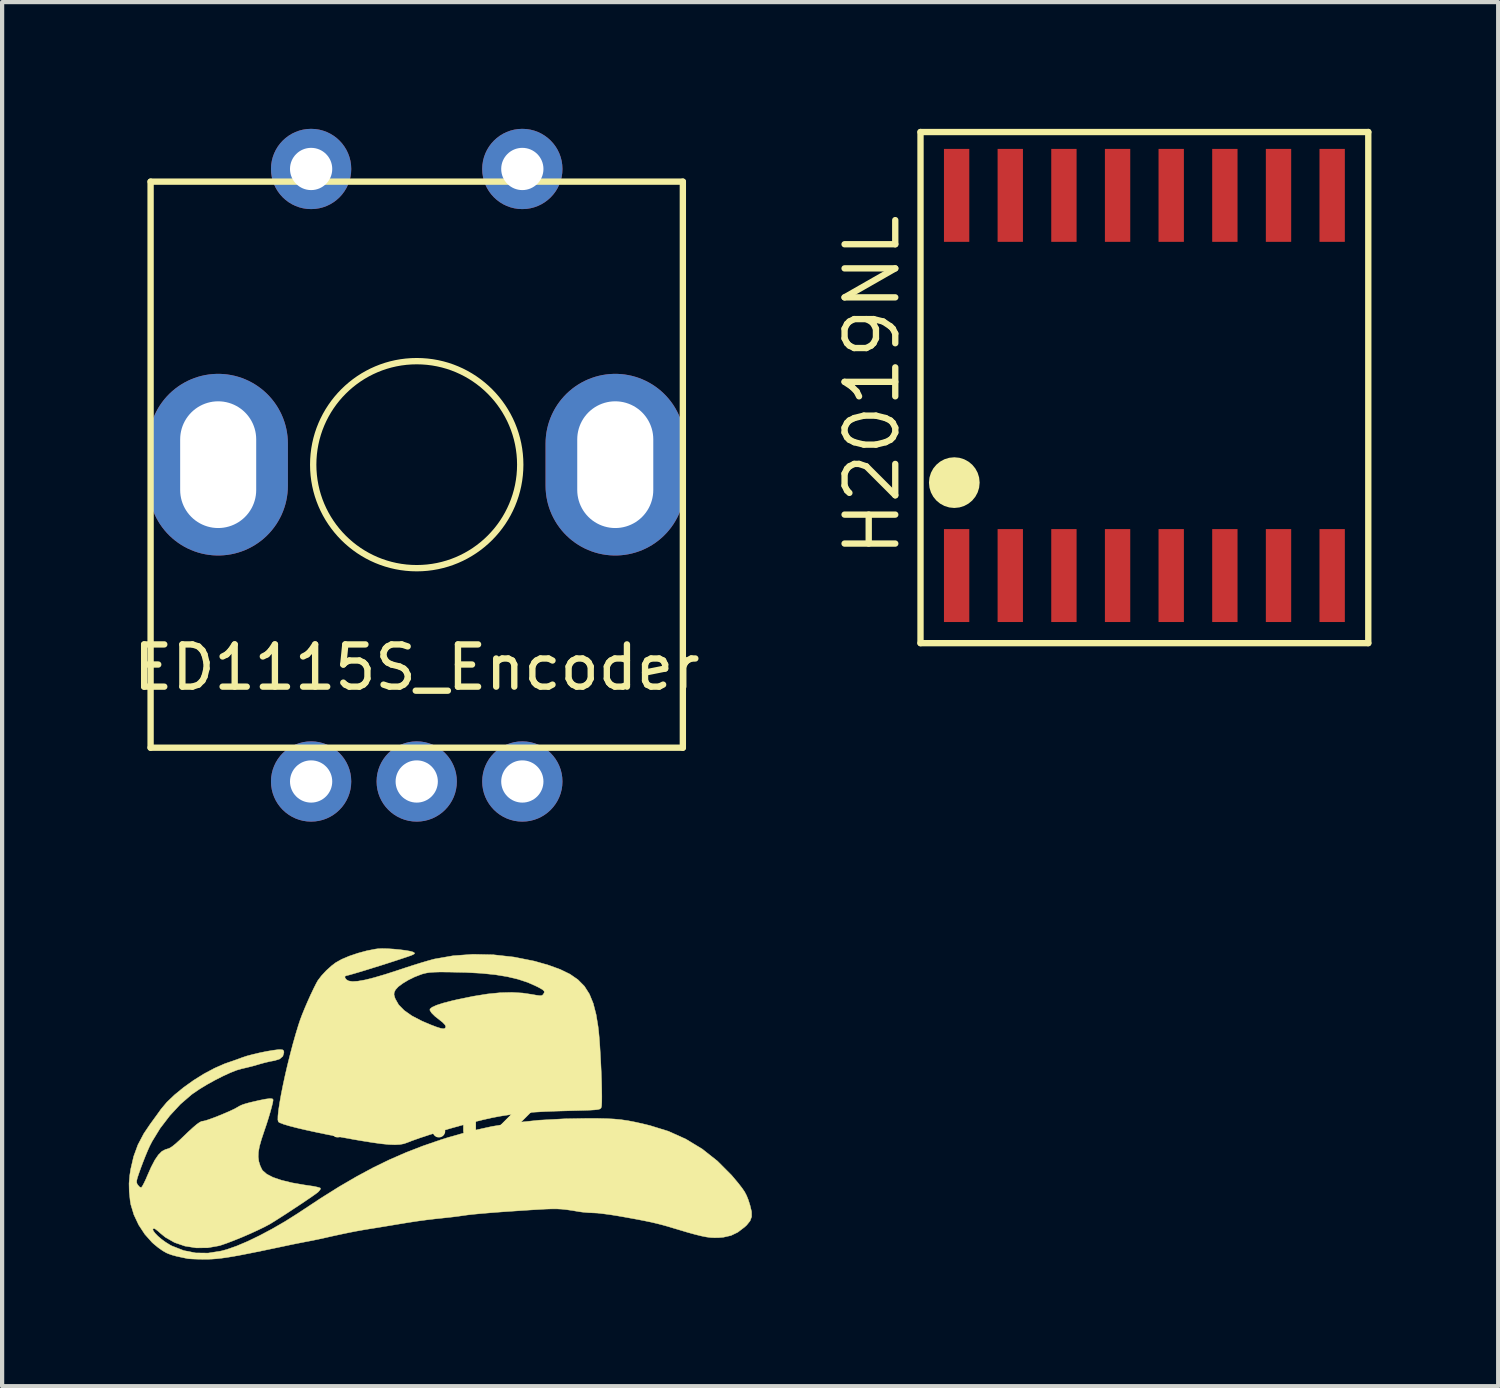
<source format=kicad_pcb>
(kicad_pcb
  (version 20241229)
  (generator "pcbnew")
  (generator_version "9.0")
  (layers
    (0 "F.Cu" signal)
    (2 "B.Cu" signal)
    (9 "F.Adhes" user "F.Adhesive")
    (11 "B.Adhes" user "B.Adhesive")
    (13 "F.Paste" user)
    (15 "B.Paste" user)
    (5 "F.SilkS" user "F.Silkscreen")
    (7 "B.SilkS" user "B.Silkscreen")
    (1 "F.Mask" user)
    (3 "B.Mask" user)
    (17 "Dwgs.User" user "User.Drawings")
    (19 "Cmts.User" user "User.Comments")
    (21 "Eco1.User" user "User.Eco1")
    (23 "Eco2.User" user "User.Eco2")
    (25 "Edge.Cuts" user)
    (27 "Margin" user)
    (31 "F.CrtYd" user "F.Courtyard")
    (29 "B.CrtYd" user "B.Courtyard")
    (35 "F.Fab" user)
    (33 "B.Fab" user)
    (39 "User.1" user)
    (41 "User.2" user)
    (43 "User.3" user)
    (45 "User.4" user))
  (footprint "ED1115S_Encoder"
    (layer "F.Cu")
    (at 6.815 7.95)
    (property "Reference" "ED1115S_Encoder" (at 0 4.8 0) (layer "F.SilkS") (effects (font (size 1 1) (thickness 0.15))))
    (attr through_hole)
    (fp_line (start -6.3 -6.7) (end -6.3 6.7) (stroke (width 0.15) (type solid)) (layer "F.SilkS"))
    (fp_line (start -6.3 6.7) (end 6.3 6.7) (stroke (width 0.15) (type solid)) (layer "F.SilkS"))
    (fp_line (start 6.3 -6.7) (end -6.3 -6.7) (stroke (width 0.15) (type solid)) (layer "F.SilkS"))
    (fp_line (start 6.3 6.7) (end 6.3 -6.7) (stroke (width 0.15) (type solid)) (layer "F.SilkS"))
    (fp_circle (center 0 0) (end 2.45 -0.05) (stroke (width 0.15) (type solid)) (fill no) (layer "F.SilkS"))
    (pad "1" thru_hole circle (at -2.5 -7) (size 1.9 1.9) (drill 1) (layers "*.Cu" "*.Mask"))
    (pad "2" thru_hole circle (at 2.5 -7) (size 1.9 1.9) (drill 1) (layers "*.Cu" "*.Mask"))
    (pad "6" thru_hole oval (at -4.7 0) (size 3.3 4.3) (drill oval 1.8 3) (layers "*.Cu" "*.Mask"))
    (pad "7" thru_hole oval (at 4.7 0) (size 3.3 4.3) (drill oval 1.8 3) (layers "*.Cu" "*.Mask"))
    (pad "A" thru_hole circle (at -2.5 7.5) (size 1.9 1.9) (drill 1) (layers "*.Cu" "*.Mask"))
    (pad "B" thru_hole circle (at 2.5 7.5) (size 1.9 1.9) (drill 1) (layers "*.Cu" "*.Mask"))
    (pad "C" thru_hole circle (at 0 7.5) (size 1.9 1.9) (drill 1) (layers "*.Cu" "*.Mask")))
  (footprint "H2019NL"
    (layer "F.Cu")
    (at 24.041 6.075)
    (property "Reference" "H2019NL" (at -6.445 0 90) (layer "F.SilkS") (effects (font (size 1.2 1.2) (thickness 0.15))))
    (attr through_hole)
    (fp_line (start -5.3 -6) (end -5.3 6.1) (stroke (width 0.15) (type solid)) (layer "F.SilkS"))
    (fp_line (start -5.3 6.1) (end 5.3 6.1) (stroke (width 0.15) (type solid)) (layer "F.SilkS"))
    (fp_line (start 5.3 -6) (end -5.3 -6) (stroke (width 0.15) (type solid)) (layer "F.SilkS"))
    (fp_line (start 5.3 6.1) (end 5.3 -6) (stroke (width 0.15) (type solid)) (layer "F.SilkS"))
    (fp_circle (center -4.5 2.3) (end -4.5 2.6) (stroke (width 0.6) (type solid)) (fill no) (layer "F.SilkS"))
    (pad "1" smd rect (at -4.445 4.5) (size 0.6 2.2) (layers "F.Cu" "F.Mask" "F.Paste"))
    (pad "2" smd rect (at -3.175 4.5) (size 0.6 2.2) (layers "F.Cu" "F.Mask" "F.Paste"))
    (pad "3" smd rect (at -1.905 4.5) (size 0.6 2.2) (layers "F.Cu" "F.Mask" "F.Paste"))
    (pad "4" smd rect (at -0.635 4.5) (size 0.6 2.2) (layers "F.Cu" "F.Mask" "F.Paste"))
    (pad "5" smd rect (at 0.635 4.5) (size 0.6 2.2) (layers "F.Cu" "F.Mask" "F.Paste"))
    (pad "6" smd rect (at 1.905 4.5) (size 0.6 2.2) (layers "F.Cu" "F.Mask" "F.Paste"))
    (pad "7" smd rect (at 3.175 4.5) (size 0.6 2.2) (layers "F.Cu" "F.Mask" "F.Paste"))
    (pad "8" smd rect (at 4.445 4.5) (size 0.6 2.2) (layers "F.Cu" "F.Mask" "F.Paste"))
    (pad "9" smd rect (at 4.445 -4.5) (size 0.6 2.2) (layers "F.Cu" "F.Mask" "F.Paste"))
    (pad "10" smd rect (at 3.175 -4.5) (size 0.6 2.2) (layers "F.Cu" "F.Mask" "F.Paste"))
    (pad "11" smd rect (at 1.905 -4.5) (size 0.6 2.2) (layers "F.Cu" "F.Mask" "F.Paste"))
    (pad "12" smd rect (at 0.635 -4.5) (size 0.6 2.2) (layers "F.Cu" "F.Mask" "F.Paste"))
    (pad "13" smd rect (at -0.635 -4.5) (size 0.6 2.2) (layers "F.Cu" "F.Mask" "F.Paste"))
    (pad "14" smd rect (at -1.905 -4.5) (size 0.6 2.2) (layers "F.Cu" "F.Mask" "F.Paste"))
    (pad "15" smd rect (at -3.175 -4.5) (size 0.6 2.2) (layers "F.Cu" "F.Mask" "F.Paste"))
    (pad "16" smd rect (at -4.445 -4.5) (size 0.6 2.2) (layers "F.Cu" "F.Mask" "F.Paste")))
  (footprint "HAT2"
    (layer "F.Cu")
    (at 7.34 23.038)
    (property "Reference" "HAT2" (at 0 0 0) (layer "F.SilkS") (effects (font (size 1.524 1.524) (thickness 0.3))))
    (attr through_hole)
    (fp_poly (pts (xy -1.219 -3.63) (xy -1.075 -3.621) (xy -0.928 -3.607) (xy -0.793 -3.59) (xy -0.684 -3.571) (xy -0.615 -3.552) (xy -0.609 -3.549) (xy -0.574 -3.526) (xy -0.583 -3.507) (xy -0.623 -3.485) (xy -0.669 -3.466) (xy -0.759 -3.435) (xy -0.884 -3.393) (xy -1.036 -3.343) (xy -1.206 -3.288) (xy -1.385 -3.231) (xy -1.566 -3.175) (xy -1.739 -3.121) (xy -1.895 -3.074) (xy -2.027 -3.035) (xy -2.126 -3.007) (xy -2.182 -2.993) (xy -2.191 -2.992) (xy -2.225 -2.976) (xy -2.222 -2.939) (xy -2.19 -2.897) (xy -2.137 -2.867) (xy -2.047 -2.853) (xy -1.918 -2.861) (xy -1.747 -2.891) (xy -1.532 -2.945) (xy -1.27 -3.022) (xy -0.976 -3.117) (xy -0.781 -3.182) (xy -0.589 -3.244) (xy -0.411 -3.299) (xy -0.258 -3.344) (xy -0.143 -3.376) (xy -0.108 -3.385) (xy 0.337 -3.463) (xy 0.806 -3.497) (xy 1.29 -3.486) (xy 1.777 -3.432) (xy 2.259 -3.336) (xy 2.589 -3.242) (xy 2.87 -3.14) (xy 3.103 -3.027) (xy 3.292 -2.896) (xy 3.444 -2.742) (xy 3.563 -2.556) (xy 3.654 -2.334) (xy 3.722 -2.069) (xy 3.768 -1.789) (xy 3.783 -1.659) (xy 3.798 -1.496) (xy 3.811 -1.309) (xy 3.823 -1.105) (xy 3.834 -0.893) (xy 3.844 -0.682) (xy 3.851 -0.478) (xy 3.855 -0.291) (xy 3.857 -0.129) (xy 3.856 0.000443) (xy 3.851 0.088) (xy 3.845 0.124) (xy 3.835 0.143) (xy 3.82 0.159) (xy 3.794 0.17) (xy 3.75 0.179) (xy 3.682 0.186) (xy 3.583 0.192) (xy 3.446 0.197) (xy 3.265 0.202) (xy 3.072 0.207) (xy 2.764 0.216) (xy 2.501 0.226) (xy 2.272 0.239) (xy 2.065 0.255) (xy 1.869 0.275) (xy 1.672 0.301) (xy 1.464 0.333) (xy 1.419 0.341) (xy 1.247 0.374) (xy 1.035 0.422) (xy 0.794 0.482) (xy 0.536 0.551) (xy 0.271 0.625) (xy 0.009 0.702) (xy -0.237 0.779) (xy -0.458 0.852) (xy -0.643 0.918) (xy -0.75 0.96) (xy -0.831 0.988) (xy -0.925 1.005) (xy -1.039 1.011) (xy -1.18 1.006) (xy -1.353 0.989) (xy -1.565 0.96) (xy -1.822 0.919) (xy -2.004 0.888) (xy -2.322 0.83) (xy -2.623 0.773) (xy -2.899 0.716) (xy -3.148 0.662) (xy -3.365 0.611) (xy -3.543 0.565) (xy -3.679 0.524) (xy -3.767 0.49) (xy -3.799 0.47) (xy -3.812 0.423) (xy -3.81 0.329) (xy -3.796 0.193) (xy -3.77 0.022) (xy -3.735 -0.177) (xy -3.691 -0.398) (xy -3.64 -0.634) (xy -3.583 -0.88) (xy -3.521 -1.128) (xy -3.457 -1.372) (xy -3.391 -1.605) (xy -3.325 -1.822) (xy -3.285 -1.942) (xy -3.239 -2.065) (xy -3.178 -2.215) (xy -3.108 -2.378) (xy -3.036 -2.538) (xy -1.062 -2.538) (xy -1.042 -2.469) (xy -1.031 -2.44) (xy -0.952 -2.301) (xy -0.821 -2.168) (xy -0.639 -2.04) (xy -0.402 -1.917) (xy -0.203 -1.832) (xy -0.059 -1.777) (xy 0.042 -1.745) (xy 0.107 -1.735) (xy 0.144 -1.745) (xy 0.162 -1.775) (xy 0.163 -1.782) (xy 0.146 -1.826) (xy 0.087 -1.888) (xy 0.037 -1.927) (xy -0.091 -2.028) (xy -0.175 -2.111) (xy -0.213 -2.173) (xy -0.211 -2.202) (xy -0.16 -2.245) (xy -0.055 -2.292) (xy 0.103 -2.343) (xy 0.315 -2.398) (xy 0.437 -2.426) (xy 0.816 -2.504) (xy 1.152 -2.558) (xy 1.454 -2.588) (xy 1.728 -2.595) (xy 1.983 -2.58) (xy 2.185 -2.55) (xy 2.305 -2.529) (xy 2.381 -2.519) (xy 2.427 -2.52) (xy 2.454 -2.532) (xy 2.473 -2.554) (xy 2.495 -2.593) (xy 2.491 -2.626) (xy 2.454 -2.661) (xy 2.376 -2.706) (xy 2.313 -2.738) (xy 2.105 -2.831) (xy 1.875 -2.907) (xy 1.619 -2.968) (xy 1.331 -3.015) (xy 1.005 -3.048) (xy 0.635 -3.068) (xy 0.216 -3.077) (xy 0.196 -3.077) (xy 0.018 -3.078) (xy -0.116 -3.074) (xy -0.218 -3.067) (xy -0.301 -3.054) (xy -0.379 -3.035) (xy -0.425 -3.02) (xy -0.577 -2.961) (xy -0.725 -2.888) (xy -0.857 -2.808) (xy -0.962 -2.73) (xy -1.026 -2.659) (xy -1.033 -2.648) (xy -1.059 -2.589) (xy -1.062 -2.538) (xy -3.036 -2.538) (xy -3.034 -2.541) (xy -2.964 -2.689) (xy -2.903 -2.81) (xy -2.864 -2.879) (xy -2.78 -2.989) (xy -2.667 -3.111) (xy -2.541 -3.225) (xy -2.442 -3.3) (xy -2.303 -3.378) (xy -2.124 -3.454) (xy -1.92 -3.523) (xy -1.71 -3.58) (xy -1.507 -3.62) (xy -1.441 -3.629) (xy -1.345 -3.633) (xy -1.219 -3.63)) (stroke (width 0.01) (type solid)) (fill yes) (layer "F.SilkS"))
    (fp_poly (pts (xy -3.697 -1.235) (xy -3.672 -1.208) (xy -3.669 -1.171) (xy -3.695 -1.083) (xy -3.769 -1.019) (xy -3.889 -0.981) (xy -3.906 -0.978) (xy -3.999 -0.961) (xy -4.121 -0.932) (xy -4.249 -0.897) (xy -4.271 -0.89) (xy -4.404 -0.852) (xy -4.543 -0.817) (xy -4.659 -0.79) (xy -4.669 -0.788) (xy -4.787 -0.754) (xy -4.939 -0.694) (xy -5.115 -0.613) (xy -5.302 -0.518) (xy -5.49 -0.414) (xy -5.666 -0.307) (xy -5.819 -0.203) (xy -5.856 -0.176) (xy -6.12 0.052) (xy -6.371 0.323) (xy -6.599 0.621) (xy -6.79 0.933) (xy -6.845 1.04) (xy -6.892 1.144) (xy -6.95 1.283) (xy -7.01 1.436) (xy -7.056 1.559) (xy -7.105 1.697) (xy -7.137 1.793) (xy -7.153 1.857) (xy -7.155 1.9) (xy -7.146 1.933) (xy -7.128 1.963) (xy -7.085 2.011) (xy -7.047 2.025) (xy -7.047 2.025) (xy -7.022 1.995) (xy -6.984 1.925) (xy -6.937 1.827) (xy -6.91 1.763) (xy -6.813 1.543) (xy -6.724 1.373) (xy -6.64 1.25) (xy -6.558 1.168) (xy -6.473 1.123) (xy -6.443 1.115) (xy -6.384 1.096) (xy -6.316 1.055) (xy -6.23 0.986) (xy -6.117 0.883) (xy -6.083 0.85) (xy -5.935 0.708) (xy -5.82 0.603) (xy -5.733 0.529) (xy -5.668 0.483) (xy -5.619 0.458) (xy -5.581 0.452) (xy -5.529 0.441) (xy -5.437 0.411) (xy -5.319 0.368) (xy -5.187 0.316) (xy -5.053 0.26) (xy -4.93 0.206) (xy -4.829 0.158) (xy -4.77 0.124) (xy -4.716 0.093) (xy -4.657 0.066) (xy -4.582 0.041) (xy -4.48 0.013) (xy -4.339 -0.02) (xy -4.247 -0.041) (xy -4.1 -0.07) (xy -4.001 -0.082) (xy -3.944 -0.077) (xy -3.924 -0.054) (xy -3.924 -0.049) (xy -3.933 0.009) (xy -3.957 0.108) (xy -3.992 0.237) (xy -4.035 0.381) (xy -4.082 0.53) (xy -4.13 0.671) (xy -4.132 0.677) (xy -4.201 0.884) (xy -4.248 1.05) (xy -4.272 1.185) (xy -4.277 1.298) (xy -4.264 1.4) (xy -4.261 1.413) (xy -4.23 1.511) (xy -4.189 1.597) (xy -4.171 1.623) (xy -4.076 1.706) (xy -3.927 1.783) (xy -3.727 1.851) (xy -3.478 1.912) (xy -3.184 1.963) (xy -3.082 1.978) (xy -2.966 1.995) (xy -2.873 2.015) (xy -2.814 2.033) (xy -2.803 2.041) (xy -2.811 2.075) (xy -2.853 2.125) (xy -2.867 2.137) (xy -2.924 2.18) (xy -3.019 2.247) (xy -3.144 2.332) (xy -3.288 2.429) (xy -3.443 2.531) (xy -3.599 2.634) (xy -3.747 2.729) (xy -3.877 2.812) (xy -3.981 2.876) (xy -4.008 2.892) (xy -4.13 2.957) (xy -4.289 3.034) (xy -4.47 3.117) (xy -4.662 3.2) (xy -4.85 3.276) (xy -5.02 3.341) (xy -5.159 3.389) (xy -5.207 3.403) (xy -5.478 3.451) (xy -5.75 3.452) (xy -6.013 3.41) (xy -6.258 3.326) (xy -6.475 3.202) (xy -6.582 3.115) (xy -6.655 3.051) (xy -6.714 3.006) (xy -6.744 2.992) (xy -6.773 3.006) (xy -6.763 3.046) (xy -6.72 3.105) (xy -6.652 3.175) (xy -6.565 3.249) (xy -6.466 3.321) (xy -6.362 3.385) (xy -6.322 3.406) (xy -6.041 3.516) (xy -5.757 3.572) (xy -5.464 3.576) (xy -5.156 3.527) (xy -5.018 3.49) (xy -4.788 3.409) (xy -4.526 3.298) (xy -4.241 3.16) (xy -3.942 3.001) (xy -3.641 2.827) (xy -3.346 2.641) (xy -3.26 2.584) (xy -2.795 2.277) (xy -2.363 2.006) (xy -1.953 1.767) (xy -1.559 1.555) (xy -1.171 1.366) (xy -0.781 1.196) (xy -0.382 1.041) (xy 0.036 0.897) (xy 0.212 0.841) (xy 0.731 0.694) (xy 1.257 0.578) (xy 1.801 0.49) (xy 2.371 0.43) (xy 2.975 0.397) (xy 3.485 0.388) (xy 3.743 0.388) (xy 3.958 0.393) (xy 4.142 0.402) (xy 4.311 0.418) (xy 4.476 0.442) (xy 4.651 0.476) (xy 4.85 0.521) (xy 4.994 0.556) (xy 5.434 0.692) (xy 5.847 0.878) (xy 6.235 1.113) (xy 6.595 1.398) (xy 6.928 1.732) (xy 7.085 1.919) (xy 7.175 2.035) (xy 7.238 2.127) (xy 7.284 2.215) (xy 7.324 2.315) (xy 7.366 2.447) (xy 7.402 2.597) (xy 7.403 2.715) (xy 7.366 2.815) (xy 7.287 2.913) (xy 7.235 2.961) (xy 7.075 3.083) (xy 6.915 3.16) (xy 6.735 3.201) (xy 6.619 3.211) (xy 6.525 3.212) (xy 6.431 3.208) (xy 6.328 3.194) (xy 6.209 3.17) (xy 6.064 3.134) (xy 5.886 3.085) (xy 5.666 3.019) (xy 5.574 2.992) (xy 5.426 2.947) (xy 5.293 2.91) (xy 5.165 2.877) (xy 5.029 2.845) (xy 4.875 2.813) (xy 4.691 2.777) (xy 4.465 2.736) (xy 4.405 2.725) (xy 4.221 2.693) (xy 4.044 2.665) (xy 3.884 2.644) (xy 3.755 2.629) (xy 3.671 2.625) (xy 3.538 2.619) (xy 3.396 2.606) (xy 3.316 2.595) (xy 3.159 2.568) (xy 3.027 2.549) (xy 2.91 2.536) (xy 2.794 2.53) (xy 2.667 2.53) (xy 2.516 2.535) (xy 2.329 2.546) (xy 2.187 2.554) (xy 1.812 2.579) (xy 1.489 2.601) (xy 1.217 2.622) (xy 0.993 2.641) (xy 0.812 2.658) (xy 0.672 2.674) (xy 0.593 2.685) (xy 0.475 2.702) (xy 0.328 2.721) (xy 0.182 2.737) (xy 0.155 2.74) (xy -0.081 2.765) (xy -0.292 2.79) (xy -0.499 2.818) (xy -0.722 2.852) (xy -0.96 2.891) (xy -1.139 2.921) (xy -1.327 2.952) (xy -1.503 2.981) (xy -1.649 3.004) (xy -1.679 3.009) (xy -1.822 3.033) (xy -1.967 3.059) (xy -2.125 3.09) (xy -2.307 3.128) (xy -2.524 3.175) (xy -2.709 3.217) (xy -2.847 3.247) (xy -2.985 3.276) (xy -3.1 3.298) (xy -3.133 3.304) (xy -3.234 3.324) (xy -3.367 3.35) (xy -3.505 3.378) (xy -3.542 3.386) (xy -3.892 3.46) (xy -4.193 3.523) (xy -4.45 3.575) (xy -4.668 3.618) (xy -4.853 3.652) (xy -5.01 3.678) (xy -5.145 3.697) (xy -5.263 3.71) (xy -5.37 3.718) (xy -5.471 3.722) (xy -5.572 3.722) (xy -5.579 3.722) (xy -5.71 3.72) (xy -5.824 3.716) (xy -5.908 3.711) (xy -5.941 3.708) (xy -6.104 3.674) (xy -6.225 3.647) (xy -6.319 3.621) (xy -6.398 3.593) (xy -6.452 3.57) (xy -6.539 3.52) (xy -6.647 3.444) (xy -6.756 3.354) (xy -6.792 3.321) (xy -6.961 3.131) (xy -7.107 2.909) (xy -7.22 2.669) (xy -7.293 2.428) (xy -7.309 2.333) (xy -7.331 2.116) (xy -7.335 1.927) (xy -7.319 1.739) (xy -7.297 1.594) (xy -7.226 1.288) (xy -7.125 1.012) (xy -6.986 0.748) (xy -6.835 0.524) (xy -6.749 0.406) (xy -6.654 0.275) (xy -6.579 0.17) (xy -6.441 0.005) (xy -6.259 -0.169) (xy -6.045 -0.344) (xy -5.809 -0.513) (xy -5.562 -0.667) (xy -5.315 -0.799) (xy -5.079 -0.903) (xy -4.995 -0.933) (xy -4.883 -0.971) (xy -4.751 -1.018) (xy -4.654 -1.054) (xy -4.542 -1.091) (xy -4.397 -1.129) (xy -4.235 -1.167) (xy -4.072 -1.2) (xy -3.923 -1.225) (xy -3.805 -1.24) (xy -3.761 -1.242) (xy -3.697 -1.235)) (stroke (width 0.01) (type solid)) (fill yes) (layer "F.SilkS")))
  (gr_rect
    (start -3 -3)
    (end 32.416 29.765)
    (stroke (width 0.1) (type default))
    (fill no)
    (layer "Edge.Cuts")))
</source>
